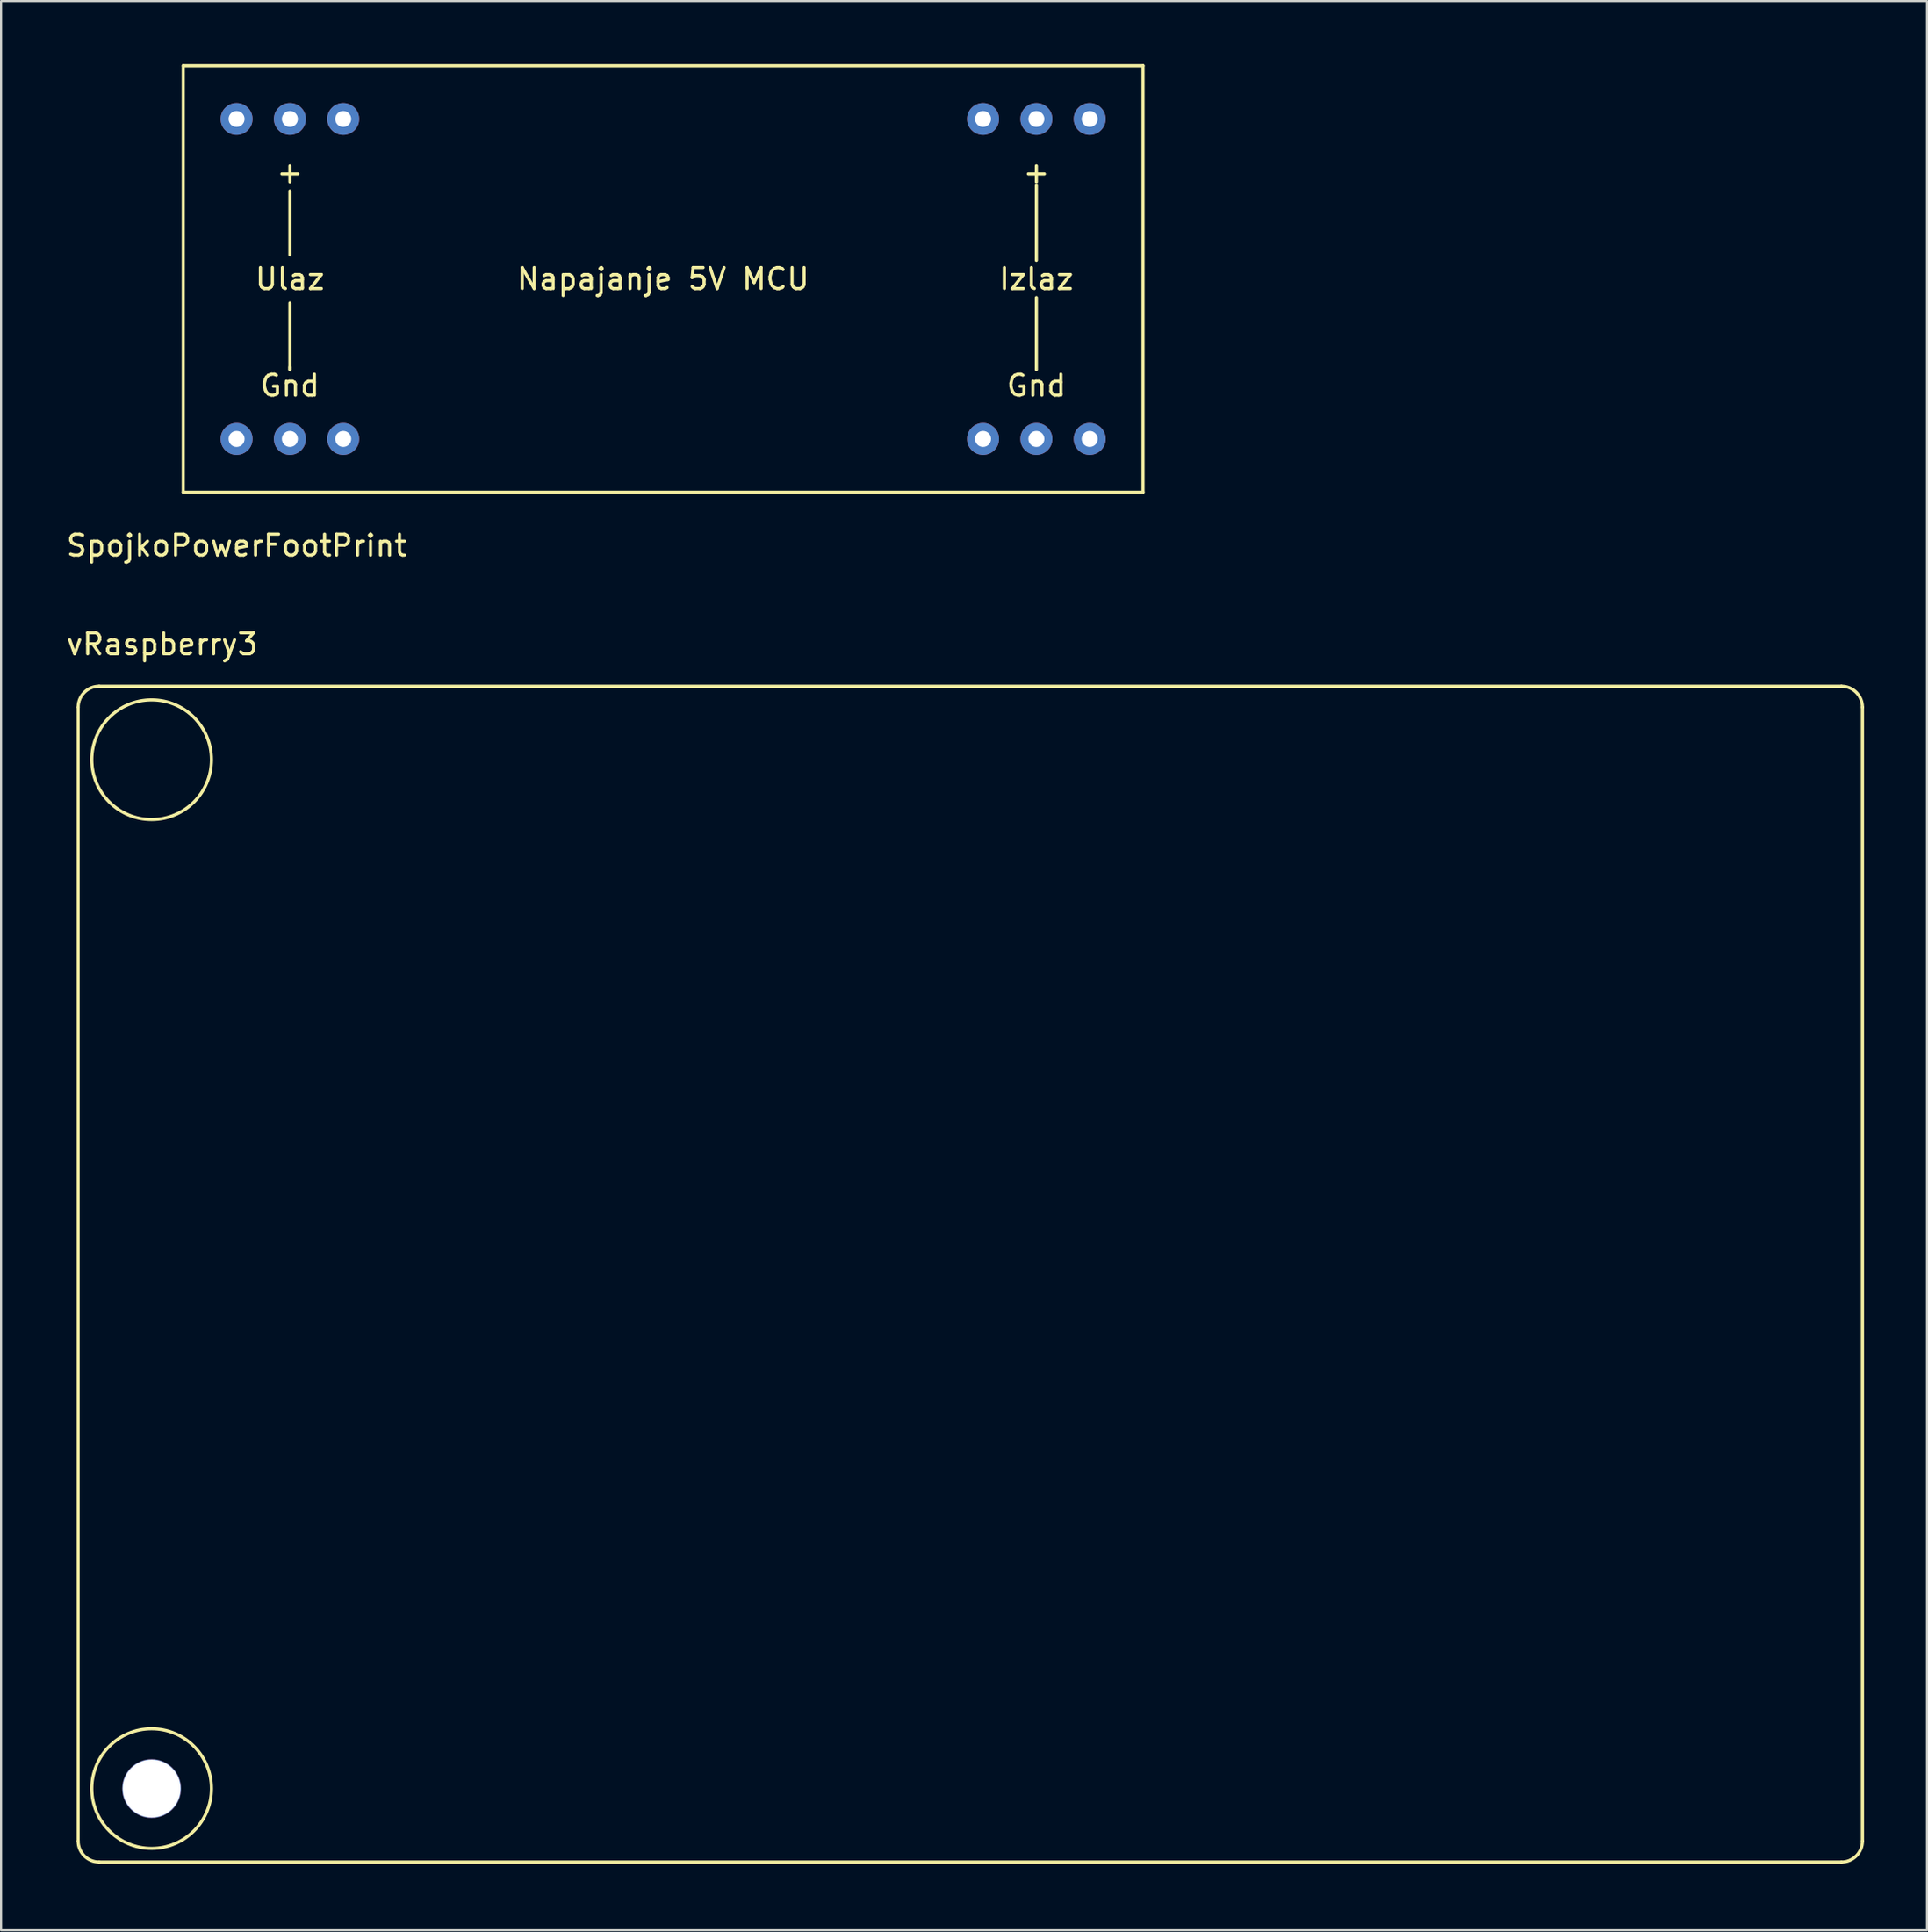
<source format=kicad_pcb>
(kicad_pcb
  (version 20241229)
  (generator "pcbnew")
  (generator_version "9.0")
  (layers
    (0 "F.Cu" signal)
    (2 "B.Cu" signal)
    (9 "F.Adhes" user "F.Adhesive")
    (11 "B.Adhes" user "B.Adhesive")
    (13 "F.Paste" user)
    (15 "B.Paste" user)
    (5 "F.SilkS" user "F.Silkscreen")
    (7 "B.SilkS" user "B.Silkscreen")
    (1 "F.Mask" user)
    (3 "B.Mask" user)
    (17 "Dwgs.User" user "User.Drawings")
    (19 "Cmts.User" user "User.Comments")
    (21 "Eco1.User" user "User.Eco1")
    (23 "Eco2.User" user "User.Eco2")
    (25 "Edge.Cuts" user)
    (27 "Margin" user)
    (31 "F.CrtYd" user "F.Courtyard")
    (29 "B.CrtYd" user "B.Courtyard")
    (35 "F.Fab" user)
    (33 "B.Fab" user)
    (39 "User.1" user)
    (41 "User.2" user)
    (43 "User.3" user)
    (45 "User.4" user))
  (footprint "SpojkoPowerFootPrint"
    (layer "F.Cu")
    (at 8.22 17.855)
    (property "Reference" "SpojkoPowerFootPrint" (at 0 5.08 0) (layer "F.SilkS") (effects (font (size 1 1) (thickness 0.15))))
    (attr through_hole)
    (fp_line (start -2.54 -17.78) (end 43.18 -17.78) (stroke (width 0.15) (type solid)) (layer "F.SilkS"))
    (fp_line (start -2.54 2.54) (end -2.54 -17.78) (stroke (width 0.15) (type solid)) (layer "F.SilkS"))
    (fp_line (start 2.54 -11.811) (end 2.54 -8.763) (stroke (width 0.15) (type solid)) (layer "F.SilkS"))
    (fp_line (start 2.54 -6.477) (end 2.54 -3.302) (stroke (width 0.15) (type solid)) (layer "F.SilkS"))
    (fp_line (start 2.54 -3.302) (end 2.54 -3.429) (stroke (width 0.15) (type solid)) (layer "F.SilkS"))
    (fp_line (start 38.1 -12.065) (end 38.1 -8.509) (stroke (width 0.15) (type solid)) (layer "F.SilkS"))
    (fp_line (start 38.1 -6.731) (end 38.1 -3.302) (stroke (width 0.15) (type solid)) (layer "F.SilkS"))
    (fp_line (start 43.18 -17.78) (end 43.18 2.54) (stroke (width 0.15) (type solid)) (layer "F.SilkS"))
    (fp_line (start 43.18 2.54) (end -2.54 2.54) (stroke (width 0.15) (type solid)) (layer "F.SilkS"))
    (fp_text user "Gnd" (at 38.1 -2.54 0) (layer "F.SilkS") (effects (font (size 1 1) (thickness 0.15))))
    (fp_text user "+" (at 38.1 -12.7 0) (layer "F.SilkS") (effects (font (size 1 1) (thickness 0.15))))
    (fp_text user "+" (at 2.54 -12.7 0) (layer "F.SilkS") (effects (font (size 1 1) (thickness 0.15))))
    (fp_text user "Napajanje 5V MCU" (at 20.32 -7.62 0) (layer "F.SilkS") (effects (font (size 1 1) (thickness 0.15))))
    (fp_text user "Ulaz" (at 2.54 -7.62 0) (layer "F.SilkS") (effects (font (size 1 1) (thickness 0.15))))
    (fp_text user "Izlaz" (at 38.1 -7.62 0) (layer "F.SilkS") (effects (font (size 1 1) (thickness 0.15))))
    (fp_text user "Gnd" (at 2.54 -2.54 0) (layer "F.SilkS") (effects (font (size 1 1) (thickness 0.15))))
    (pad "1" thru_hole circle (at 0 0) (size 1.524 1.524) (drill 0.762) (layers "*.Cu" "*.Mask"))
    (pad "1" thru_hole circle (at 2.54 0) (size 1.524 1.524) (drill 0.762) (layers "*.Cu" "*.Mask"))
    (pad "1" thru_hole circle (at 5.08 0) (size 1.524 1.524) (drill 0.762) (layers "*.Cu" "*.Mask"))
    (pad "2" thru_hole circle (at 0 -15.24) (size 1.524 1.524) (drill 0.762) (layers "*.Cu" "*.Mask"))
    (pad "2" thru_hole circle (at 2.54 -15.24) (size 1.524 1.524) (drill 0.762) (layers "*.Cu" "*.Mask"))
    (pad "2" thru_hole circle (at 5.08 -15.24) (size 1.524 1.524) (drill 0.762) (layers "*.Cu" "*.Mask"))
    (pad "3" thru_hole circle (at 35.56 0) (size 1.524 1.524) (drill 0.762) (layers "*.Cu" "*.Mask"))
    (pad "3" thru_hole circle (at 38.1 0) (size 1.524 1.524) (drill 0.762) (layers "*.Cu" "*.Mask"))
    (pad "3" thru_hole circle (at 40.64 0) (size 1.524 1.524) (drill 0.762) (layers "*.Cu" "*.Mask"))
    (pad "4" thru_hole circle (at 35.56 -15.24) (size 1.524 1.524) (drill 0.762) (layers "*.Cu" "*.Mask"))
    (pad "4" thru_hole circle (at 38.1 -15.24) (size 1.524 1.524) (drill 0.762) (layers "*.Cu" "*.Mask"))
    (pad "4" thru_hole circle (at 40.64 -15.24) (size 1.524 1.524) (drill 0.762) (layers "*.Cu" "*.Mask")))
  (footprint "vRaspberry3"
    (layer "F.Cu")
    (at 0.673 85.632)
    (property "Reference" "vRaspberry3" (at 4 -58 0) (layer "F.SilkS") (effects (font (size 1 1) (thickness 0.15))))
    (attr through_hole)
    (fp_line (start 0 -1) (end 0 -55) (stroke (width 0.15) (type solid)) (layer "F.SilkS"))
    (fp_line (start 1 -56) (end 84 -56) (stroke (width 0.15) (type solid)) (layer "F.SilkS"))
    (fp_line (start 84 0) (end 1 0) (stroke (width 0.15) (type solid)) (layer "F.SilkS"))
    (fp_line (start 85 -55) (end 85 -1) (stroke (width 0.15) (type solid)) (layer "F.SilkS"))
    (fp_arc (start 0 -55) (mid 0.292893 -55.707107) (end 1 -56) (stroke (width 0.15) (type solid)) (layer "F.SilkS"))
    (fp_arc (start 1 0) (mid 0.292893 -0.292893) (end 0 -1) (stroke (width 0.15) (type solid)) (layer "F.SilkS"))
    (fp_arc (start 84 -56) (mid 84.707107 -55.707107) (end 85 -55) (stroke (width 0.15) (type solid)) (layer "F.SilkS"))
    (fp_arc (start 85 -1) (mid 84.707107 -0.292893) (end 84 0) (stroke (width 0.15) (type solid)) (layer "F.SilkS"))
    (fp_circle (center 3.5 -52.5) (end 2.75 -49.75) (stroke (width 0.15) (type solid)) (fill no) (layer "F.SilkS"))
    (fp_circle (center 3.5 -3.5) (end 2.75 -0.75) (stroke (width 0.15) (type solid)) (fill no) (layer "F.SilkS"))
    (pad "1" thru_hole circle (at 3.5 -3.5) (size 2.8 2.8) (drill 2.75) (layers "*.Cu" "*.Mask")))
  (gr_rect
    (start -3 -3)
    (end 88.748 88.882)
    (stroke (width 0.1) (type default))
    (fill no)
    (layer "Edge.Cuts")))
</source>
